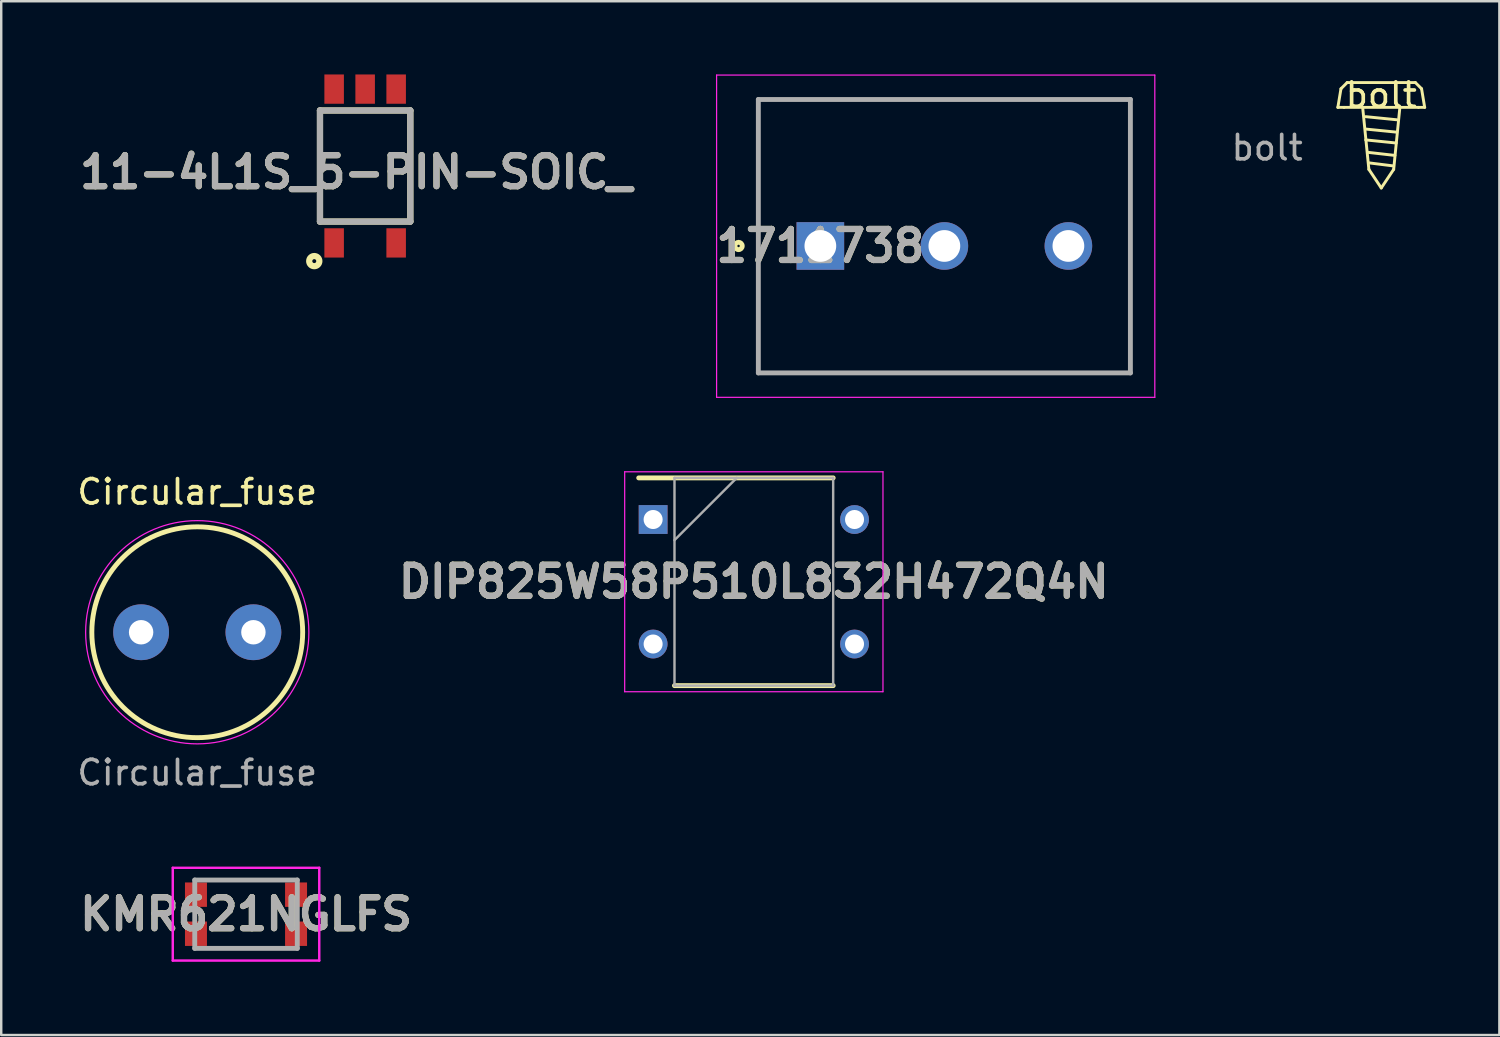
<source format=kicad_pcb>
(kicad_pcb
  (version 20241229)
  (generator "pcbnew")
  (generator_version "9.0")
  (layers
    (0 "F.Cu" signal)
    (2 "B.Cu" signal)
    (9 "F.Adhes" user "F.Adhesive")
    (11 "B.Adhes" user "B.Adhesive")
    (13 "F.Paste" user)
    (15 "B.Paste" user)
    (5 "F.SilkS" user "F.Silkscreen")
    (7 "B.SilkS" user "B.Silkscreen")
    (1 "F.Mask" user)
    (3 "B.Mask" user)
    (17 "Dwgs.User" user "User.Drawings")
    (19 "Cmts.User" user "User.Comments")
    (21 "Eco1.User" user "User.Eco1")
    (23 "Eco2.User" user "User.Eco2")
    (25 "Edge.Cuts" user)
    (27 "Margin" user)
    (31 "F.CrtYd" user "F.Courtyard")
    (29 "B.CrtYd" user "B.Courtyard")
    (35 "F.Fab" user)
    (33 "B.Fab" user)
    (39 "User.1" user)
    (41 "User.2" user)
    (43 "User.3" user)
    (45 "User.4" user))
  (footprint "DIP825W58P510L832H472Q4N"
    (layer "F.Cu")
    (at 27.828 20.78)
    (property "Reference" "DIP825W58P510L832H472Q4N" (at 0 0 0) (layer "F.SilkS") (effects (font (size 1.27 1.27) (thickness 0.254))))
    (attr through_hole)
    (fp_line (start -4.715 -4.255) (end 3.25 -4.255) (stroke (width 0.2) (type solid)) (layer "F.SilkS"))
    (fp_line (start -3.25 4.255) (end 3.25 4.255) (stroke (width 0.2) (type solid)) (layer "F.SilkS"))
    (fp_line (start -5.29 -4.505) (end 5.29 -4.505) (stroke (width 0.05) (type solid)) (layer "F.CrtYd"))
    (fp_line (start -5.29 4.505) (end -5.29 -4.505) (stroke (width 0.05) (type solid)) (layer "F.CrtYd"))
    (fp_line (start 5.29 -4.505) (end 5.29 4.505) (stroke (width 0.05) (type solid)) (layer "F.CrtYd"))
    (fp_line (start 5.29 4.505) (end -5.29 4.505) (stroke (width 0.05) (type solid)) (layer "F.CrtYd"))
    (fp_line (start -3.25 -4.255) (end 3.25 -4.255) (stroke (width 0.1) (type solid)) (layer "F.Fab"))
    (fp_line (start -3.25 -1.705) (end -0.7 -4.255) (stroke (width 0.1) (type solid)) (layer "F.Fab"))
    (fp_line (start -3.25 4.255) (end -3.25 -4.255) (stroke (width 0.1) (type solid)) (layer "F.Fab"))
    (fp_line (start 3.25 -4.255) (end 3.25 4.255) (stroke (width 0.1) (type solid)) (layer "F.Fab"))
    (fp_line (start 3.25 4.255) (end -3.25 4.255) (stroke (width 0.1) (type solid)) (layer "F.Fab"))
    (fp_text user "${REFERENCE}" (at 0 0 0) (layer "F.Fab") (effects (font (size 1.27 1.27) (thickness 0.254))))
    (pad "1" thru_hole rect (at -4.125 -2.55) (size 1.18 1.18) (drill 0.78) (layers "*.Cu" "*.Mask"))
    (pad "2" thru_hole circle (at -4.125 2.55) (size 1.18 1.18) (drill 0.78) (layers "*.Cu" "*.Mask"))
    (pad "3" thru_hole circle (at 4.125 2.55) (size 1.18 1.18) (drill 0.78) (layers "*.Cu" "*.Mask"))
    (pad "4" thru_hole circle (at 4.125 -2.55) (size 1.18 1.18) (drill 0.78) (layers "*.Cu" "*.Mask")))
  (footprint "1711738"
    (layer "F.Cu")
    (at 30.553 7.025)
    (property "Reference" "1711738" (at 0 0 0) (layer "F.SilkS") (effects (font (size 1.27 1.27) (thickness 0.254))))
    (attr through_hole)
    (fp_line (start -2.54 -6) (end 12.7 -6) (stroke (width 0.1) (type solid)) (layer "F.SilkS"))
    (fp_line (start -2.54 5.2) (end -2.54 -6) (stroke (width 0.1) (type solid)) (layer "F.SilkS"))
    (fp_line (start 12.7 -6) (end 12.7 5.2) (stroke (width 0.1) (type solid)) (layer "F.SilkS"))
    (fp_line (start 12.7 5.2) (end -2.54 5.2) (stroke (width 0.1) (type solid)) (layer "F.SilkS"))
    (fp_circle (center -3.35 0) (end -3.35 0.05) (stroke (width 0.2) (type solid)) (fill no) (layer "F.SilkS"))
    (fp_line (start -4.25 -7) (end 13.7 -7) (stroke (width 0.05) (type solid)) (layer "F.CrtYd"))
    (fp_line (start -4.25 6.2) (end -4.25 -7) (stroke (width 0.05) (type solid)) (layer "F.CrtYd"))
    (fp_line (start 13.7 -7) (end 13.7 6.2) (stroke (width 0.05) (type solid)) (layer "F.CrtYd"))
    (fp_line (start 13.7 6.2) (end -4.25 6.2) (stroke (width 0.05) (type solid)) (layer "F.CrtYd"))
    (fp_line (start -2.54 -6) (end 12.7 -6) (stroke (width 0.2) (type solid)) (layer "F.Fab"))
    (fp_line (start -2.54 5.2) (end -2.54 -6) (stroke (width 0.2) (type solid)) (layer "F.Fab"))
    (fp_line (start 12.7 -6) (end 12.7 5.2) (stroke (width 0.2) (type solid)) (layer "F.Fab"))
    (fp_line (start 12.7 5.2) (end -2.54 5.2) (stroke (width 0.2) (type solid)) (layer "F.Fab"))
    (fp_text user "${REFERENCE}" (at 0 0 0) (layer "F.Fab") (effects (font (size 1.27 1.27) (thickness 0.254))))
    (pad "1" thru_hole rect (at 0 0) (size 1.95 1.95) (drill 1.3) (layers "*.Cu" "*.Mask"))
    (pad "2" thru_hole circle (at 5.08 0) (size 1.95 1.95) (drill 1.3) (layers "*.Cu" "*.Mask"))
    (pad "3" thru_hole circle (at 10.16 0) (size 1.95 1.95) (drill 1.3) (layers "*.Cu" "*.Mask")))
  (footprint "bolt"
    (layer "F.Cu")
    (at 53.529 1.348)
    (property "Reference" "bolt" (at 0 -0.5 0) (unlocked yes) (layer "F.SilkS") (effects (font (size 1 1) (thickness 0.15))))
    (fp_line (start -1.778 0) (end -1.524 0) (stroke (width 0.12) (type solid)) (layer "F.SilkS"))
    (fp_line (start -1.651 -0.762) (end -1.778 0) (stroke (width 0.12) (type solid)) (layer "F.SilkS"))
    (fp_line (start -1.524 0) (end 1.524 0) (stroke (width 0.12) (type solid)) (layer "F.SilkS"))
    (fp_line (start -1.397 -1.016) (end -1.651 -0.762) (stroke (width 0.12) (type solid)) (layer "F.SilkS"))
    (fp_line (start -0.635 0.381) (end 0.635 0.508) (stroke (width 0.12) (type solid)) (layer "F.SilkS"))
    (fp_line (start -0.635 0.889) (end 0.635 1.016) (stroke (width 0.12) (type solid)) (layer "F.SilkS"))
    (fp_line (start -0.635 1.333) (end 0.61 1.46) (stroke (width 0.12) (type solid)) (layer "F.SilkS"))
    (fp_line (start -0.559 1.841) (end 0.559 1.968) (stroke (width 0.12) (type solid)) (layer "F.SilkS"))
    (fp_line (start -0.508 2.273) (end 0.508 2.4) (stroke (width 0.12) (type solid)) (layer "F.SilkS"))
    (fp_line (start -0.508 2.54) (end -0.762 0) (stroke (width 0.12) (type solid)) (layer "F.SilkS"))
    (fp_line (start -0.508 2.54) (end 0 3.302) (stroke (width 0.12) (type solid)) (layer "F.SilkS"))
    (fp_line (start 0 3.302) (end 0.508 2.54) (stroke (width 0.12) (type solid)) (layer "F.SilkS"))
    (fp_line (start 0.762 0) (end 0.508 2.54) (stroke (width 0.12) (type solid)) (layer "F.SilkS"))
    (fp_line (start 1.397 -1.016) (end -1.397 -1.016) (stroke (width 0.12) (type solid)) (layer "F.SilkS"))
    (fp_line (start 1.524 0) (end 1.778 0) (stroke (width 0.12) (type solid)) (layer "F.SilkS"))
    (fp_line (start 1.651 -0.762) (end 1.397 -1.016) (stroke (width 0.12) (type solid)) (layer "F.SilkS"))
    (fp_line (start 1.778 0) (end 1.651 -0.762) (stroke (width 0.12) (type solid)) (layer "F.SilkS"))
    (fp_text user "${REFERENCE}" (at -4.674 1.652 0) (unlocked yes) (layer "F.Fab") (effects (font (size 1 1) (thickness 0.15)))))
  (footprint "KMR621NGLFS"
    (layer "F.Cu")
    (at 7.027 34.397)
    (property "Reference" "KMR621NGLFS" (at 0 0 0) (layer "F.SilkS") (effects (font (size 1.27 1.27) (thickness 0.254))))
    (attr smd)
    (fp_line (start -1 -1.4) (end 1 -1.4) (stroke (width 0.1) (type solid)) (layer "F.SilkS"))
    (fp_line (start -1 1.4) (end 1 1.4) (stroke (width 0.1) (type solid)) (layer "F.SilkS"))
    (fp_line (start -3 -1.9) (end 3 -1.9) (stroke (width 0.1) (type solid)) (layer "F.CrtYd"))
    (fp_line (start -3 1.9) (end -3 -1.9) (stroke (width 0.1) (type solid)) (layer "F.CrtYd"))
    (fp_line (start 3 -1.9) (end 3 1.9) (stroke (width 0.1) (type solid)) (layer "F.CrtYd"))
    (fp_line (start 3 1.9) (end -3 1.9) (stroke (width 0.1) (type solid)) (layer "F.CrtYd"))
    (fp_line (start -2.1 -1.4) (end 2.1 -1.4) (stroke (width 0.2) (type solid)) (layer "F.Fab"))
    (fp_line (start -2.1 1.4) (end -2.1 -1.4) (stroke (width 0.2) (type solid)) (layer "F.Fab"))
    (fp_line (start 2.1 -1.4) (end 2.1 1.4) (stroke (width 0.2) (type solid)) (layer "F.Fab"))
    (fp_line (start 2.1 1.4) (end -2.1 1.4) (stroke (width 0.2) (type solid)) (layer "F.Fab"))
    (fp_text user "${REFERENCE}" (at 0 0 0) (layer "F.Fab") (effects (font (size 1.27 1.27) (thickness 0.254))))
    (pad "1" smd rect (at -2.05 -0.8) (size 0.9 1) (layers "F.Cu" "F.Mask" "F.Paste"))
    (pad "2" smd rect (at 2.05 -0.8) (size 0.9 1) (layers "F.Cu" "F.Mask" "F.Paste"))
    (pad "3" smd rect (at -2.05 0.8) (size 0.9 1) (layers "F.Cu" "F.Mask" "F.Paste"))
    (pad "4" smd rect (at 2.05 0.8) (size 0.9 1) (layers "F.Cu" "F.Mask" "F.Paste")))
  (footprint "11-4L1S_5-PIN-SOIC_"
    (layer "F.Cu")
    (at 11.907 3.75)
    (property "Reference" "11-4L1S_5-PIN-SOIC_" (at -0.374 0.251 0) (layer "F.SilkS") (effects (font (size 1.27 1.27) (thickness 0.254))))
    (attr smd)
    (fp_line (start -1.85 -2.275) (end -1.85 2.275) (stroke (width 0.254) (type solid)) (layer "F.SilkS"))
    (fp_line (start -1.85 2.275) (end 1.85 2.275) (stroke (width 0.254) (type solid)) (layer "F.SilkS"))
    (fp_line (start 1.85 -2.275) (end -1.85 -2.275) (stroke (width 0.254) (type solid)) (layer "F.SilkS"))
    (fp_line (start 1.85 2.275) (end 1.85 -2.275) (stroke (width 0.254) (type solid)) (layer "F.SilkS"))
    (fp_circle (center -2.084 3.896) (end -2.084 3.977) (stroke (width 0.254) (type solid)) (fill no) (layer "F.SilkS"))
    (fp_line (start -1.85 -2.275) (end 1.85 -2.275) (stroke (width 0.254) (type solid)) (layer "F.Fab"))
    (fp_line (start -1.85 2.275) (end -1.85 -2.275) (stroke (width 0.254) (type solid)) (layer "F.Fab"))
    (fp_line (start 1.85 -2.275) (end 1.85 2.275) (stroke (width 0.254) (type solid)) (layer "F.Fab"))
    (fp_line (start 1.85 2.275) (end -1.85 2.275) (stroke (width 0.254) (type solid)) (layer "F.Fab"))
    (fp_text user "${REFERENCE}" (at -0.374 0.251 0) (layer "F.Fab") (effects (font (size 1.27 1.27) (thickness 0.254))))
    (pad "1" smd rect (at -1.27 3.15) (size 0.8 1.2) (layers "F.Cu" "F.Mask" "F.Paste"))
    (pad "3" smd rect (at 1.27 3.15) (size 0.8 1.2) (layers "F.Cu" "F.Mask" "F.Paste"))
    (pad "4" smd rect (at 1.27 -3.15) (size 0.8 1.2) (layers "F.Cu" "F.Mask" "F.Paste"))
    (pad "5" smd rect (at 0 -3.15) (size 0.8 1.2) (layers "F.Cu" "F.Mask" "F.Paste"))
    (pad "6" smd rect (at -1.27 -3.15) (size 0.8 1.2) (layers "F.Cu" "F.Mask" "F.Paste")))
  (footprint "Circular_fuse"
    (layer "F.Cu")
    (at 5.03 22.848)
    (property "Reference" "Circular_fuse" (at 0 -5.75 0) (unlocked yes) (layer "F.SilkS") (effects (font (size 1 1) (thickness 0.15))))
    (attr smd)
    (fp_circle (center 0 0) (end 4.318 0) (stroke (width 0.2) (type solid)) (fill no) (layer "F.SilkS"))
    (fp_circle (center 0 0) (end 4.572 0) (stroke (width 0.05) (type solid)) (fill no) (layer "F.CrtYd"))
    (fp_text user "${REFERENCE}" (at 0 5.75 0) (unlocked yes) (layer "F.Fab") (effects (font (size 1 1) (thickness 0.15))))
    (pad "1" thru_hole circle (at -2.3 0) (size 2.286 2.286) (drill 1) (layers "*.Cu" "*.Mask"))
    (pad "2" thru_hole circle (at 2.3 0) (size 2.286 2.286) (drill 1) (layers "*.Cu" "*.Mask")))
  (gr_rect
    (start -3 -3)
    (end 58.367 39.346)
    (stroke (width 0.1) (type default))
    (fill no)
    (layer "Edge.Cuts")))
</source>
